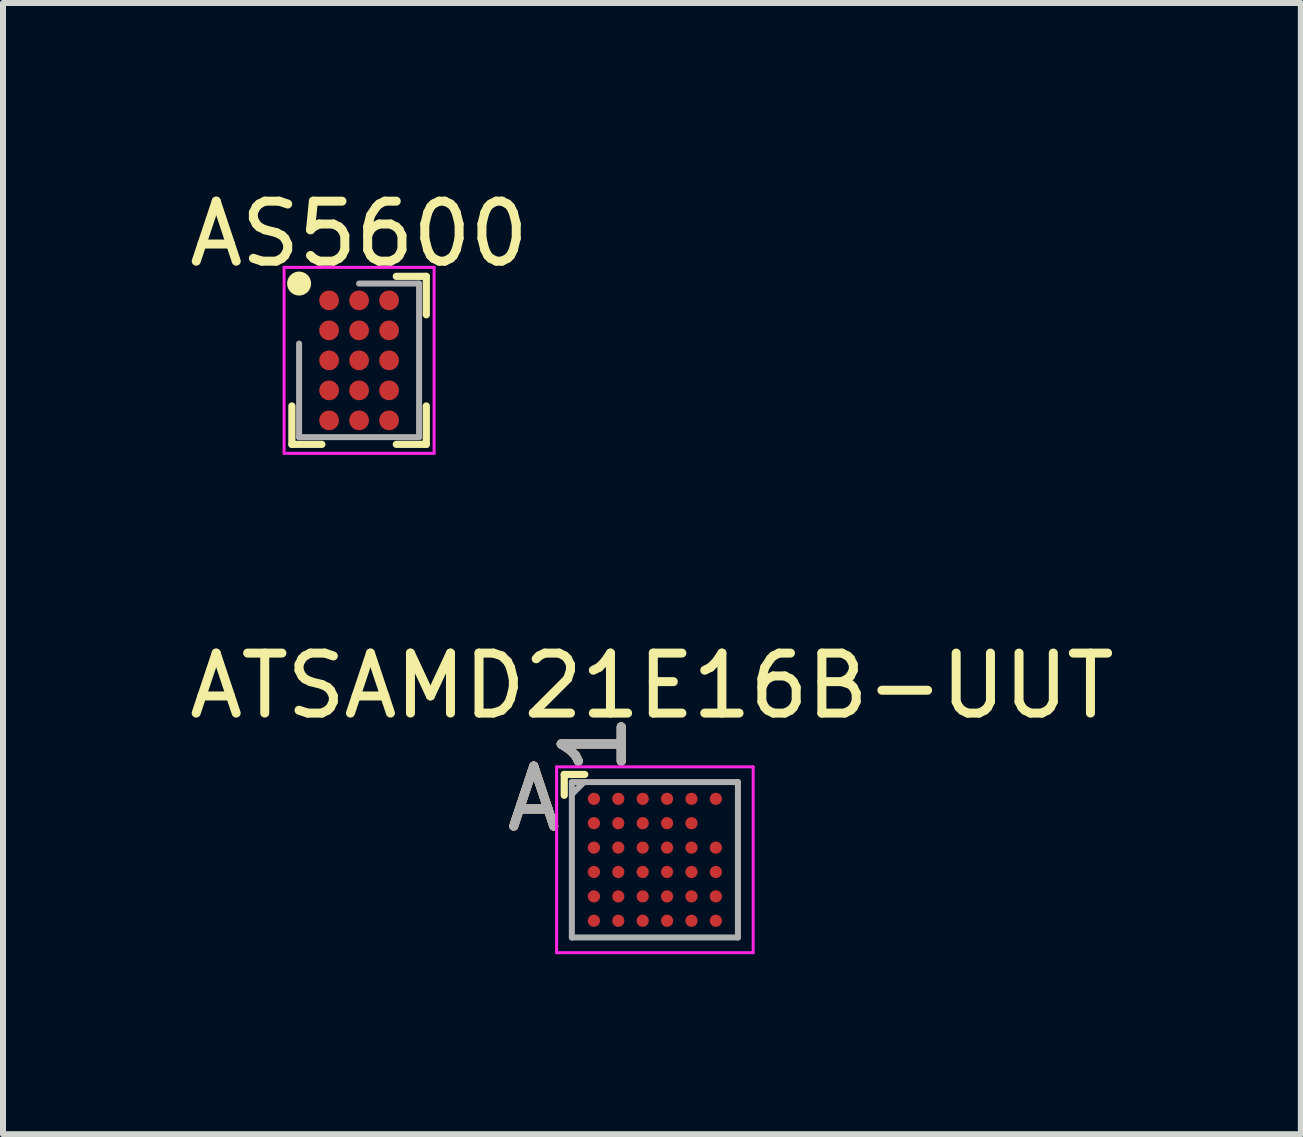
<source format=kicad_pcb>
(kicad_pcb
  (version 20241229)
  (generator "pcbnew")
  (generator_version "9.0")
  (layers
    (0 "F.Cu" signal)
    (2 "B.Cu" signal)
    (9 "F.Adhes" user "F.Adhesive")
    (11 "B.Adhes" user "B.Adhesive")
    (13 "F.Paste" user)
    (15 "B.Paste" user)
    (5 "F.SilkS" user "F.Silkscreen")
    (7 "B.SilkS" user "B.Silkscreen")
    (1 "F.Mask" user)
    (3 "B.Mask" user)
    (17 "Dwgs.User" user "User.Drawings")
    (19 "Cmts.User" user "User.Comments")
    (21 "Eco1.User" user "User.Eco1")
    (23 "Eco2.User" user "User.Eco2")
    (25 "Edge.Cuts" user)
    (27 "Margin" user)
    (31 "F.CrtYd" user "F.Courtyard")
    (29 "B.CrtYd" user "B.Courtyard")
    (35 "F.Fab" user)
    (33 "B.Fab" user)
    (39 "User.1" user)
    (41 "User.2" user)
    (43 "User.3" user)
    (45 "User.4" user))
  (footprint "ATSAMD21E16B-UUT"
    (layer "F.Cu")
    (at 7.865 11.28)
    (property "Reference" "ATSAMD21E16B-UUT" (at -0.05 -2.9 0) (layer "F.SilkS") (effects (font (size 1 1) (thickness 0.15))))
    (attr through_hole)
    (fp_line (start -1.511 -1.422) (end -1.511 -1.075) (stroke (width 0.12) (type solid)) (layer "F.SilkS"))
    (fp_line (start -1.169 -1.422) (end -1.511 -1.422) (stroke (width 0.12) (type solid)) (layer "F.SilkS"))
    (fp_line (start -1.638 -1.549) (end 1.638 -1.549) (stroke (width 0.05) (type solid)) (layer "F.CrtYd"))
    (fp_line (start -1.638 1.549) (end -1.638 -1.549) (stroke (width 0.05) (type solid)) (layer "F.CrtYd"))
    (fp_line (start 1.638 -1.549) (end 1.638 1.549) (stroke (width 0.05) (type solid)) (layer "F.CrtYd"))
    (fp_line (start 1.638 1.549) (end -1.638 1.549) (stroke (width 0.05) (type solid)) (layer "F.CrtYd"))
    (fp_line (start -1.384 -1.295) (end -1.384 1.295) (stroke (width 0.1) (type solid)) (layer "F.Fab"))
    (fp_line (start -1.384 1.295) (end 1.384 1.295) (stroke (width 0.1) (type solid)) (layer "F.Fab"))
    (fp_line (start -1.181 -1.295) (end -1.384 -1.092) (stroke (width 0.1) (type solid)) (layer "F.Fab"))
    (fp_line (start 1.384 -1.295) (end -1.384 -1.295) (stroke (width 0.1) (type solid)) (layer "F.Fab"))
    (fp_line (start 1.384 1.295) (end 1.384 -1.295) (stroke (width 0.1) (type solid)) (layer "F.Fab"))
    (fp_text user "A" (at -2.019 -1.016 0) (layer "F.SilkS") (effects (font (size 1 1) (thickness 0.15))))
    (fp_text user "1" (at -1.016 -1.93 90) (layer "F.SilkS") (effects (font (size 1 1) (thickness 0.15))))
    (fp_text user "A" (at -2.019 -1.016 0) (layer "B.SilkS") (effects (font (size 1 1) (thickness 0.15))))
    (fp_text user "1" (at -1.016 -1.93 90) (layer "B.SilkS") (effects (font (size 1 1) (thickness 0.15))))
    (fp_text user "A" (at -2.019 -1.016 0) (layer "F.Fab") (effects (font (size 1 1) (thickness 0.15))))
    (fp_text user "1" (at -1.016 -1.93 90) (layer "F.Fab") (effects (font (size 1 1) (thickness 0.15))))
    (pad "A1" smd circle (at -1.016 -1.016) (size 0.203 0.203) (layers "F.Cu" "F.Mask" "F.Paste"))
    (pad "A2" smd circle (at -0.61 -1.016) (size 0.203 0.203) (layers "F.Cu" "F.Mask" "F.Paste"))
    (pad "A3" smd circle (at -0.203 -1.016) (size 0.203 0.203) (layers "F.Cu" "F.Mask" "F.Paste"))
    (pad "A4" smd circle (at 0.203 -1.016) (size 0.203 0.203) (layers "F.Cu" "F.Mask" "F.Paste"))
    (pad "A5" smd circle (at 0.61 -1.016) (size 0.203 0.203) (layers "F.Cu" "F.Mask" "F.Paste"))
    (pad "A6" smd circle (at 1.016 -1.016) (size 0.203 0.203) (layers "F.Cu" "F.Mask" "F.Paste"))
    (pad "B1" smd circle (at -1.016 -0.61) (size 0.203 0.203) (layers "F.Cu" "F.Mask" "F.Paste"))
    (pad "B2" smd circle (at -0.61 -0.61) (size 0.203 0.203) (layers "F.Cu" "F.Mask" "F.Paste"))
    (pad "B3" smd circle (at -0.203 -0.61) (size 0.203 0.203) (layers "F.Cu" "F.Mask" "F.Paste"))
    (pad "B4" smd circle (at 0.203 -0.61) (size 0.203 0.203) (layers "F.Cu" "F.Mask" "F.Paste"))
    (pad "B5" smd circle (at 0.61 -0.61) (size 0.203 0.203) (layers "F.Cu" "F.Mask" "F.Paste"))
    (pad "C1" smd circle (at -1.016 -0.203) (size 0.203 0.203) (layers "F.Cu" "F.Mask" "F.Paste"))
    (pad "C2" smd circle (at -0.61 -0.203) (size 0.203 0.203) (layers "F.Cu" "F.Mask" "F.Paste"))
    (pad "C3" smd circle (at -0.203 -0.203) (size 0.203 0.203) (layers "F.Cu" "F.Mask" "F.Paste"))
    (pad "C4" smd circle (at 0.203 -0.203) (size 0.203 0.203) (layers "F.Cu" "F.Mask" "F.Paste"))
    (pad "C5" smd circle (at 0.61 -0.203) (size 0.203 0.203) (layers "F.Cu" "F.Mask" "F.Paste"))
    (pad "C6" smd circle (at 1.016 -0.203) (size 0.203 0.203) (layers "F.Cu" "F.Mask" "F.Paste"))
    (pad "D1" smd circle (at -1.016 0.203) (size 0.203 0.203) (layers "F.Cu" "F.Mask" "F.Paste"))
    (pad "D2" smd circle (at -0.61 0.203) (size 0.203 0.203) (layers "F.Cu" "F.Mask" "F.Paste"))
    (pad "D3" smd circle (at -0.203 0.203) (size 0.203 0.203) (layers "F.Cu" "F.Mask" "F.Paste"))
    (pad "D4" smd circle (at 0.203 0.203) (size 0.203 0.203) (layers "F.Cu" "F.Mask" "F.Paste"))
    (pad "D5" smd circle (at 0.61 0.203) (size 0.203 0.203) (layers "F.Cu" "F.Mask" "F.Paste"))
    (pad "D6" smd circle (at 1.016 0.203) (size 0.203 0.203) (layers "F.Cu" "F.Mask" "F.Paste"))
    (pad "E1" smd circle (at -1.016 0.61) (size 0.203 0.203) (layers "F.Cu" "F.Mask" "F.Paste"))
    (pad "E2" smd circle (at -0.61 0.61) (size 0.203 0.203) (layers "F.Cu" "F.Mask" "F.Paste"))
    (pad "E3" smd circle (at -0.203 0.61) (size 0.203 0.203) (layers "F.Cu" "F.Mask" "F.Paste"))
    (pad "E4" smd circle (at 0.203 0.61) (size 0.203 0.203) (layers "F.Cu" "F.Mask" "F.Paste"))
    (pad "E5" smd circle (at 0.61 0.61) (size 0.203 0.203) (layers "F.Cu" "F.Mask" "F.Paste"))
    (pad "E6" smd circle (at 1.016 0.61) (size 0.203 0.203) (layers "F.Cu" "F.Mask" "F.Paste"))
    (pad "F1" smd circle (at -1.016 1.016) (size 0.203 0.203) (layers "F.Cu" "F.Mask" "F.Paste"))
    (pad "F2" smd circle (at -0.61 1.016) (size 0.203 0.203) (layers "F.Cu" "F.Mask" "F.Paste"))
    (pad "F3" smd circle (at -0.203 1.016) (size 0.203 0.203) (layers "F.Cu" "F.Mask" "F.Paste"))
    (pad "F4" smd circle (at 0.203 1.016) (size 0.203 0.203) (layers "F.Cu" "F.Mask" "F.Paste"))
    (pad "F5" smd circle (at 0.61 1.016) (size 0.203 0.203) (layers "F.Cu" "F.Mask" "F.Paste"))
    (pad "F6" smd circle (at 1.016 1.016) (size 0.203 0.203) (layers "F.Cu" "F.Mask" "F.Paste")))
  (footprint "AS5600"
    (layer "F.Cu")
    (at 2.935 3.128)
    (property "Reference" "AS5600" (at 0 -2.28 0) (layer "F.SilkS") (effects (font (size 1 1) (thickness 0.15))))
    (attr smd)
    (fp_line (start -1.12 1.228) (end -1.12 0.588) (stroke (width 0.12) (type default)) (layer "F.SilkS"))
    (fp_line (start -0.62 1.228) (end -1.12 1.228) (stroke (width 0.12) (type default)) (layer "F.SilkS"))
    (fp_line (start 0.62 -1.572) (end 1.12 -1.572) (stroke (width 0.12) (type default)) (layer "F.SilkS"))
    (fp_line (start 0.62 1.228) (end 1.12 1.228) (stroke (width 0.12) (type default)) (layer "F.SilkS"))
    (fp_line (start 1.12 -1.572) (end 1.12 -0.932) (stroke (width 0.12) (type default)) (layer "F.SilkS"))
    (fp_line (start 1.12 1.228) (end 1.12 0.588) (stroke (width 0.12) (type default)) (layer "F.SilkS"))
    (fp_circle (center -1 -1.452) (end -1 -1.352) (stroke (width 0.2) (type default)) (fill no) (layer "F.SilkS"))
    (fp_line (start -1.25 -1.722) (end 1.25 -1.722) (stroke (width 0.05) (type default)) (layer "F.CrtYd"))
    (fp_line (start -1.25 1.378) (end -1.25 -1.722) (stroke (width 0.05) (type default)) (layer "F.CrtYd"))
    (fp_line (start 1.25 -1.722) (end 1.25 1.378) (stroke (width 0.05) (type default)) (layer "F.CrtYd"))
    (fp_line (start 1.25 1.378) (end -1.25 1.378) (stroke (width 0.05) (type default)) (layer "F.CrtYd"))
    (fp_line (start -1 -0.452) (end -1 1.108) (stroke (width 0.1) (type default)) (layer "F.Fab"))
    (fp_line (start -1 1.108) (end 1 1.108) (stroke (width 0.1) (type default)) (layer "F.Fab"))
    (fp_line (start 1 -1.452) (end 0 -1.452) (stroke (width 0.1) (type default)) (layer "F.Fab"))
    (fp_line (start 1 1.108) (end 1 -1.452) (stroke (width 0.1) (type default)) (layer "F.Fab"))
    (pad "A1" smd circle (at -0.5 -1.172) (size 0.329 0.329) (layers "F.Cu" "F.Mask" "F.Paste"))
    (pad "A2" smd circle (at 0 -1.172) (size 0.329 0.329) (layers "F.Cu" "F.Mask" "F.Paste"))
    (pad "A3" smd circle (at 0.5 -1.172) (size 0.329 0.329) (layers "F.Cu" "F.Mask" "F.Paste"))
    (pad "B1" smd circle (at -0.5 -0.672) (size 0.329 0.329) (layers "F.Cu" "F.Mask" "F.Paste"))
    (pad "B2" smd circle (at 0 -0.672) (size 0.329 0.329) (layers "F.Cu" "F.Mask" "F.Paste"))
    (pad "B3" smd circle (at 0.5 -0.672) (size 0.329 0.329) (layers "F.Cu" "F.Mask" "F.Paste"))
    (pad "C1" smd circle (at -0.5 -0.172) (size 0.329 0.329) (layers "F.Cu" "F.Mask" "F.Paste"))
    (pad "C2" smd circle (at 0 -0.172) (size 0.329 0.329) (layers "F.Cu" "F.Mask" "F.Paste"))
    (pad "C3" smd circle (at 0.5 -0.172) (size 0.329 0.329) (layers "F.Cu" "F.Mask" "F.Paste"))
    (pad "D1" smd circle (at -0.5 0.328) (size 0.329 0.329) (layers "F.Cu" "F.Mask" "F.Paste"))
    (pad "D2" smd circle (at 0 0.328) (size 0.329 0.329) (layers "F.Cu" "F.Mask" "F.Paste"))
    (pad "D3" smd circle (at 0.5 0.328) (size 0.329 0.329) (layers "F.Cu" "F.Mask" "F.Paste"))
    (pad "E1" smd circle (at -0.5 0.828) (size 0.329 0.329) (layers "F.Cu" "F.Mask" "F.Paste"))
    (pad "E2" smd circle (at 0 0.828) (size 0.329 0.329) (layers "F.Cu" "F.Mask" "F.Paste"))
    (pad "E3" smd circle (at 0.5 0.828) (size 0.329 0.329) (layers "F.Cu" "F.Mask" "F.Paste")))
  (gr_rect
    (start -3 -3)
    (end 18.631 15.854)
    (stroke (width 0.1) (type default))
    (fill no)
    (layer "Edge.Cuts")))
</source>
